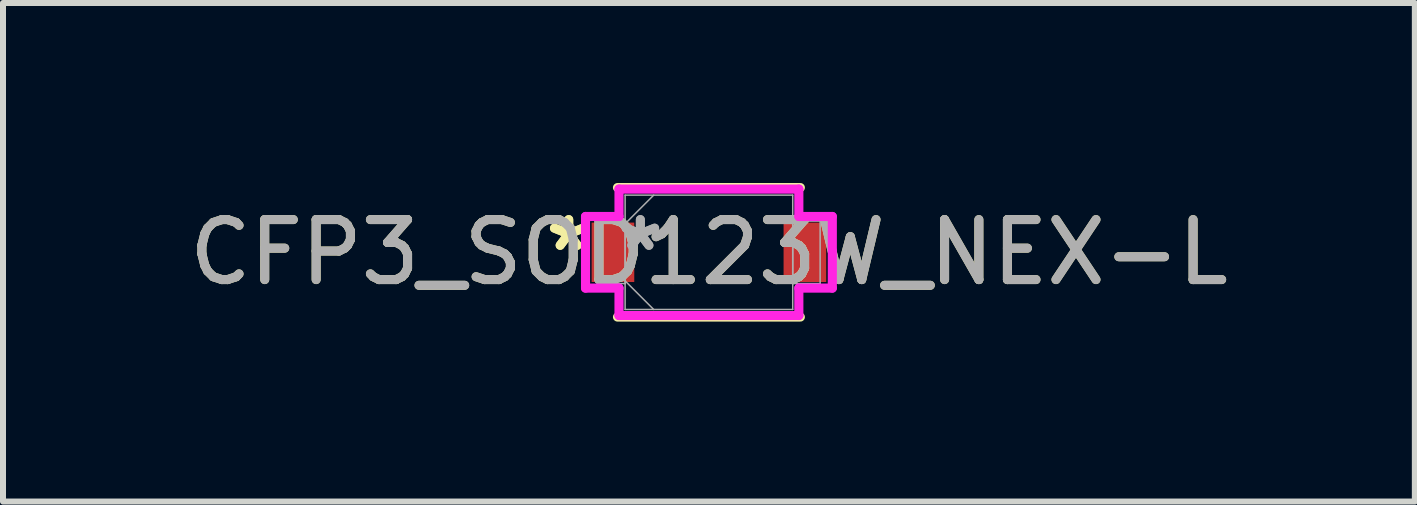
<source format=kicad_pcb>
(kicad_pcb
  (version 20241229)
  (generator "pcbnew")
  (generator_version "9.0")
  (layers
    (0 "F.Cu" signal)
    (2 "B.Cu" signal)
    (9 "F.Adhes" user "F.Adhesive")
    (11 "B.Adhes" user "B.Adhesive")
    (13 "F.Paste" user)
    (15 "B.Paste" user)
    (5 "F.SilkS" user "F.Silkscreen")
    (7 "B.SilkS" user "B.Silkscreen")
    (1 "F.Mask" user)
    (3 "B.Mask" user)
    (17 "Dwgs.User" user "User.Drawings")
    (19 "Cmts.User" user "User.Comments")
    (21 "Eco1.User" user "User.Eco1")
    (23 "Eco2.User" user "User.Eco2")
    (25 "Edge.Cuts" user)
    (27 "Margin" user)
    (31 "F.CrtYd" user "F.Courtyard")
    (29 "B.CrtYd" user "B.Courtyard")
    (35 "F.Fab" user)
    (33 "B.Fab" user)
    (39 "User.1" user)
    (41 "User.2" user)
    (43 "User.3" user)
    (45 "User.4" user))
  (footprint "CFP3_SOD123W_NEX-L"
    (layer "F.Cu")
    (at 8.768 1.156)
    (property "Reference" "CFP3_SOD123W_NEX-L" (at 0 0 0) (unlocked yes) (layer "F.SilkS") (effects (font (size 1 1) (thickness 0.15))))
    (attr smd)
    (fp_line (start -1.524 1.079) (end 1.524 1.079) (stroke (width 0.152) (type solid)) (layer "F.SilkS"))
    (fp_line (start 1.524 -1.079) (end -1.524 -1.079) (stroke (width 0.152) (type solid)) (layer "F.SilkS"))
    (fp_line (start -2.057 -0.597) (end -1.499 -0.597) (stroke (width 0.152) (type solid)) (layer "F.CrtYd"))
    (fp_line (start -2.057 0.597) (end -2.057 -0.597) (stroke (width 0.152) (type solid)) (layer "F.CrtYd"))
    (fp_line (start -1.499 -1.054) (end 1.499 -1.054) (stroke (width 0.152) (type solid)) (layer "F.CrtYd"))
    (fp_line (start -1.499 -0.597) (end -1.499 -1.054) (stroke (width 0.152) (type solid)) (layer "F.CrtYd"))
    (fp_line (start -1.499 0.597) (end -2.057 0.597) (stroke (width 0.152) (type solid)) (layer "F.CrtYd"))
    (fp_line (start -1.499 1.054) (end -1.499 0.597) (stroke (width 0.152) (type solid)) (layer "F.CrtYd"))
    (fp_line (start 1.499 -1.054) (end 1.499 -0.597) (stroke (width 0.152) (type solid)) (layer "F.CrtYd"))
    (fp_line (start 1.499 -0.597) (end 2.057 -0.597) (stroke (width 0.152) (type solid)) (layer "F.CrtYd"))
    (fp_line (start 1.499 0.597) (end 1.499 1.054) (stroke (width 0.152) (type solid)) (layer "F.CrtYd"))
    (fp_line (start 1.499 1.054) (end -1.499 1.054) (stroke (width 0.152) (type solid)) (layer "F.CrtYd"))
    (fp_line (start 2.057 -0.597) (end 2.057 0.597) (stroke (width 0.152) (type solid)) (layer "F.CrtYd"))
    (fp_line (start 2.057 0.597) (end 1.499 0.597) (stroke (width 0.152) (type solid)) (layer "F.CrtYd"))
    (fp_line (start -1.854 -0.521) (end -1.854 0.521) (stroke (width 0.025) (type solid)) (layer "F.Fab"))
    (fp_line (start -1.854 0.521) (end -1.397 0.521) (stroke (width 0.025) (type solid)) (layer "F.Fab"))
    (fp_line (start -1.397 -0.953) (end -1.397 0.953) (stroke (width 0.025) (type solid)) (layer "F.Fab"))
    (fp_line (start -1.397 -0.521) (end -1.854 -0.521) (stroke (width 0.025) (type solid)) (layer "F.Fab"))
    (fp_line (start -1.397 -0.476) (end -0.921 -0.953) (stroke (width 0.025) (type solid)) (layer "F.Fab"))
    (fp_line (start -1.397 0.476) (end -0.921 0.953) (stroke (width 0.025) (type solid)) (layer "F.Fab"))
    (fp_line (start -1.397 0.521) (end -1.397 -0.521) (stroke (width 0.025) (type solid)) (layer "F.Fab"))
    (fp_line (start -1.397 0.953) (end 1.397 0.953) (stroke (width 0.025) (type solid)) (layer "F.Fab"))
    (fp_line (start 1.397 -0.953) (end -1.397 -0.953) (stroke (width 0.025) (type solid)) (layer "F.Fab"))
    (fp_line (start 1.397 -0.521) (end 1.397 0.521) (stroke (width 0.025) (type solid)) (layer "F.Fab"))
    (fp_line (start 1.397 0.521) (end 1.854 0.521) (stroke (width 0.025) (type solid)) (layer "F.Fab"))
    (fp_line (start 1.397 0.953) (end 1.397 -0.953) (stroke (width 0.025) (type solid)) (layer "F.Fab"))
    (fp_line (start 1.854 -0.521) (end 1.397 -0.521) (stroke (width 0.025) (type solid)) (layer "F.Fab"))
    (fp_line (start 1.854 0.521) (end 1.854 -0.521) (stroke (width 0.025) (type solid)) (layer "F.Fab"))
    (fp_text user "*" (at -2.337 0 0) (unlocked yes) (layer "F.SilkS") (effects (font (size 1 1) (thickness 0.15))))
    (fp_text user "*" (at -2.337 0 0) (layer "F.SilkS") (effects (font (size 1 1) (thickness 0.15))))
    (fp_text user "*" (at -1.143 0 0) (unlocked yes) (layer "F.Fab") (effects (font (size 1 1) (thickness 0.15))))
    (fp_text user "${REFERENCE}" (at 0 0 0) (unlocked yes) (layer "F.Fab") (effects (font (size 1 1) (thickness 0.15))))
    (fp_text user "*" (at -1.143 0 0) (layer "F.Fab") (effects (font (size 1 1) (thickness 0.15))))
    (pad "1" smd rect (at -1.6 0) (size 0.711 0.991) (layers "F.Cu" "F.Mask" "F.Paste"))
    (pad "2" smd rect (at 1.6 0) (size 0.711 0.991) (layers "F.Cu" "F.Mask" "F.Paste"))
    (zone (net_name "") (layer "F.Cu") (hatch full 0.508) (connect_pads) (min_thickness 0.254) (filled_areas_thickness no) (keepout (tracks not_allowed) (vias not_allowed) (pads allowed) (copperpour not_allowed) (footprints allowed)) (placement (enabled no)) (fill) (polygon (pts (xy 7.574 0.254) (xy 9.962 0.254) (xy 9.962 2.057) (xy 7.574 2.057)))))
  (gr_rect
    (start -3 -3)
    (end 20.536 5.311)
    (stroke (width 0.1) (type default))
    (fill no)
    (layer "Edge.Cuts")))
</source>
